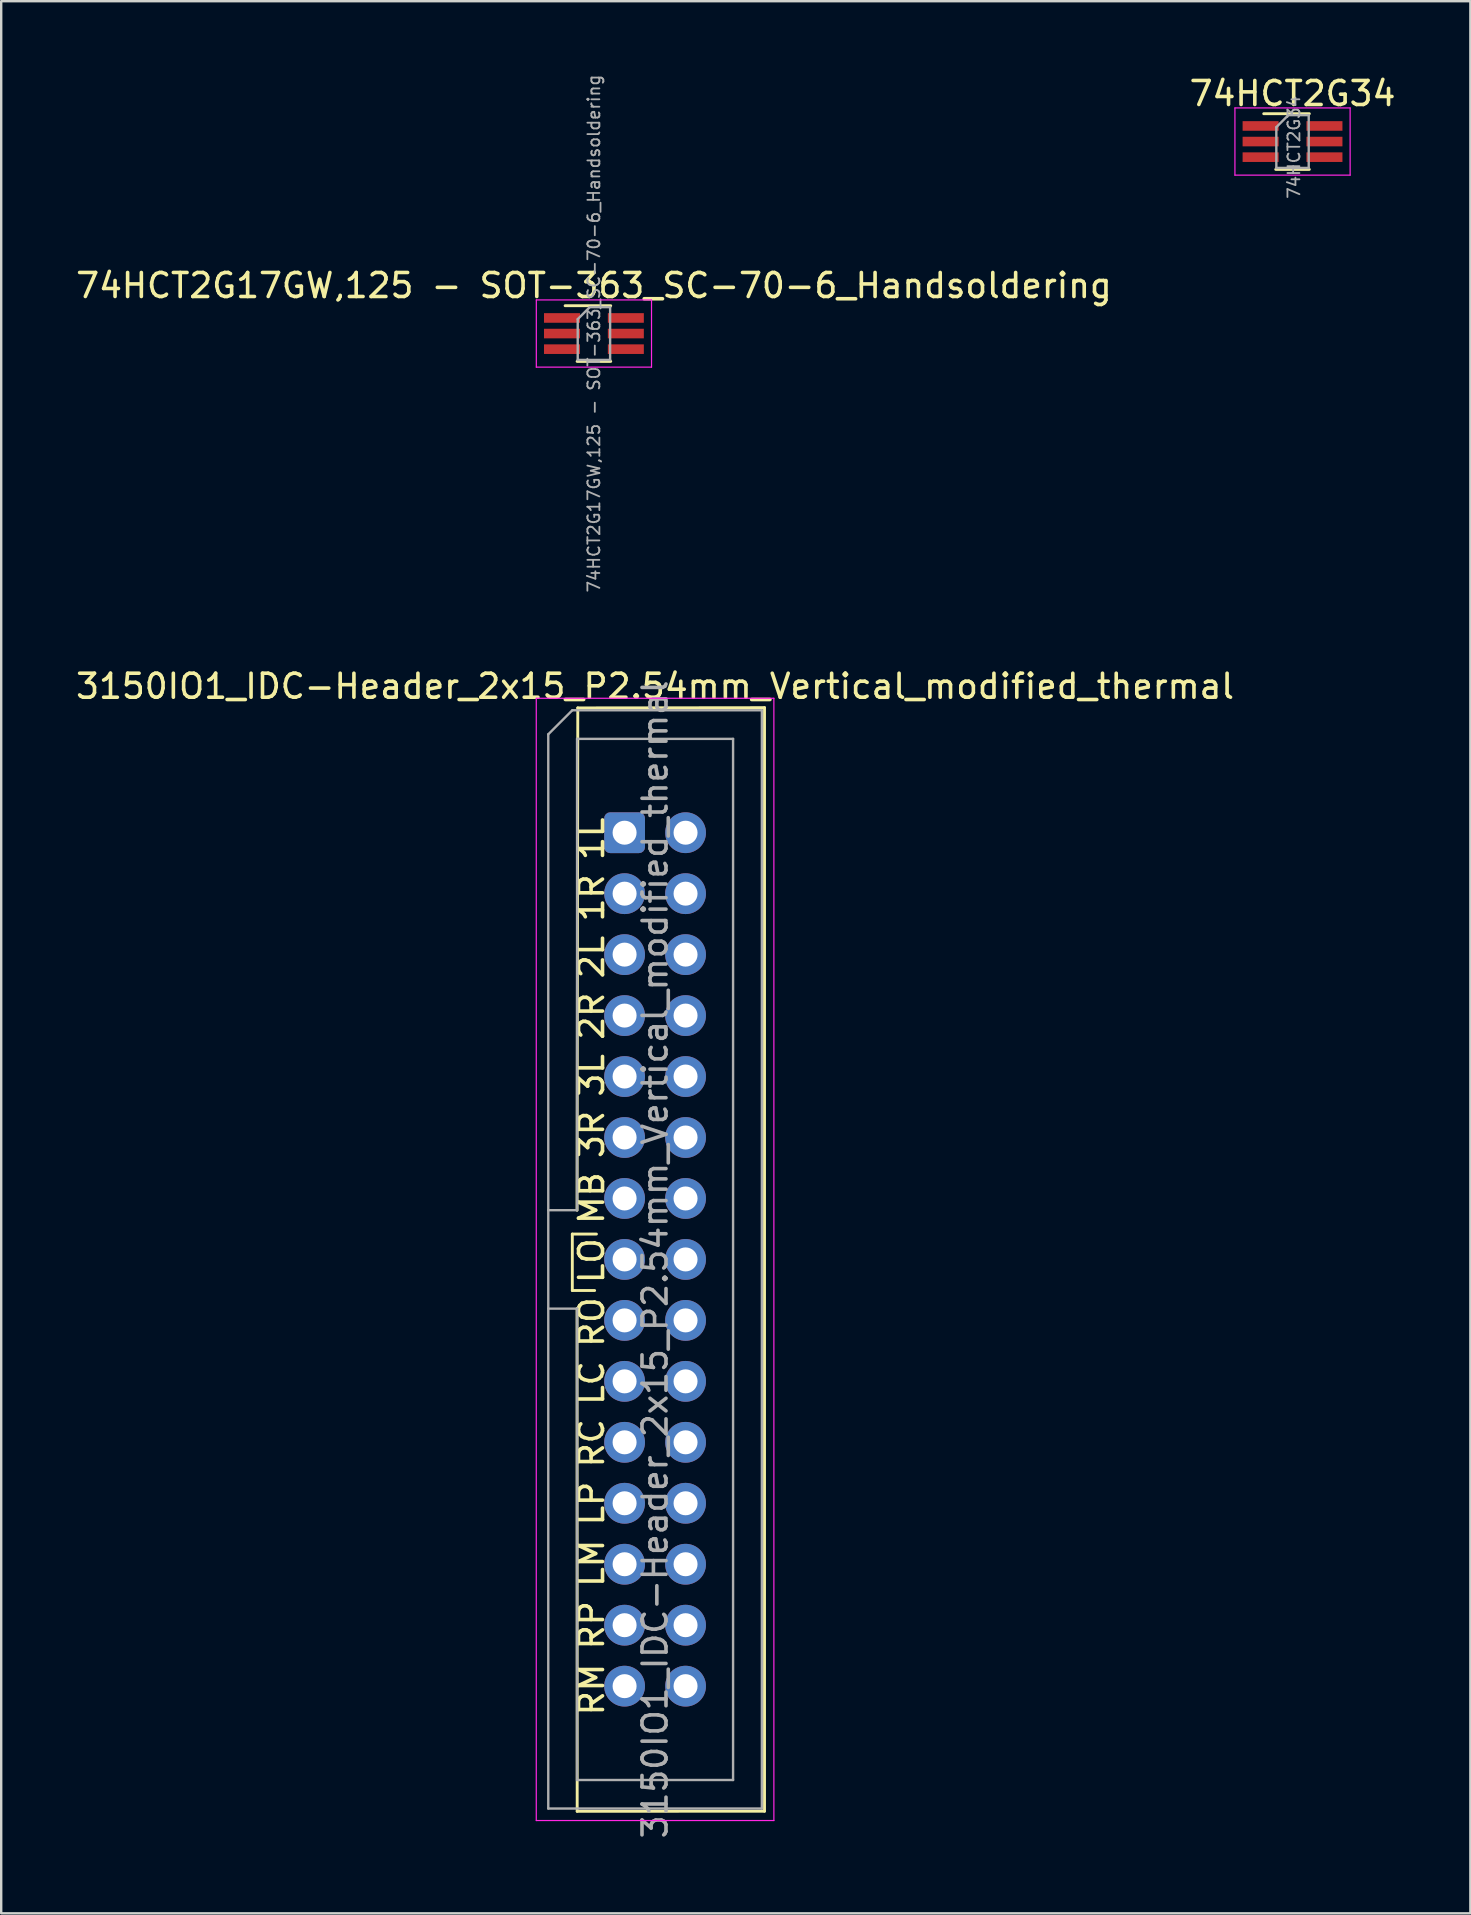
<source format=kicad_pcb>
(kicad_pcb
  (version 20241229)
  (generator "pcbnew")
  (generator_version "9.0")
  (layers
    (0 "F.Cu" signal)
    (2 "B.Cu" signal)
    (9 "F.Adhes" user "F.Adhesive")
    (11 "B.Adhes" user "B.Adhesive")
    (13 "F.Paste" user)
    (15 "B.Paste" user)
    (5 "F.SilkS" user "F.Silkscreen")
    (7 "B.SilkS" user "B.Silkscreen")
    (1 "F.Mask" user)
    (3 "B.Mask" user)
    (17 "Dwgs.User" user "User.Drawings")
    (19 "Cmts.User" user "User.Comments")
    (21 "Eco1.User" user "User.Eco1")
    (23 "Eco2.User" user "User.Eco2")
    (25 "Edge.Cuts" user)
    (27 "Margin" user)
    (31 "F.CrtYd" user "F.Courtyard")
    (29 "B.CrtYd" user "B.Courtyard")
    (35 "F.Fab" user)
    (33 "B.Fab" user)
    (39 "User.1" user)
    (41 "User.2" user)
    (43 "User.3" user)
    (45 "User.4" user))
  (footprint "3150IO1_IDC-Header_2x15_P2.54mm_Vertical_modified_thermal"
    (layer "F.Cu")
    (at 22.974 31.645)
    (property "Reference" "3150IO1_IDC-Header_2x15_P2.54mm_Vertical_modified_thermal" (at 1.27 -6.1 0) (layer "F.SilkS") (effects (font (size 1 1) (thickness 0.15))))
    (attr through_hole)
    (fp_line (start -2.178 16.723) (end -1.173 16.723) (stroke (width 0.12) (type solid)) (layer "F.SilkS"))
    (fp_line (start -2.178 19.075) (end -2.178 16.723) (stroke (width 0.12) (type solid)) (layer "F.SilkS"))
    (fp_line (start -1.98 15.73) (end -1.95 -5.2) (stroke (width 0.12) (type solid)) (layer "F.SilkS"))
    (fp_line (start -1.98 19.83) (end -1.98 19.83) (stroke (width 0.12) (type solid)) (layer "F.SilkS"))
    (fp_line (start -1.975 40.775) (end -1.98 19.83) (stroke (width 0.12) (type solid)) (layer "F.SilkS"))
    (fp_line (start -1.95 -5.2) (end 5.83 -5.21) (stroke (width 0.12) (type solid)) (layer "F.SilkS"))
    (fp_line (start -1.248 19.075) (end -2.178 19.075) (stroke (width 0.12) (type solid)) (layer "F.SilkS"))
    (fp_line (start 5.83 -5.21) (end 5.83 40.77) (stroke (width 0.12) (type solid)) (layer "F.SilkS"))
    (fp_line (start 5.83 40.77) (end -1.975 40.775) (stroke (width 0.12) (type solid)) (layer "F.SilkS"))
    (fp_line (start -3.68 -5.6) (end -3.68 41.16) (stroke (width 0.05) (type solid)) (layer "F.CrtYd"))
    (fp_line (start -3.68 41.16) (end 6.22 41.16) (stroke (width 0.05) (type solid)) (layer "F.CrtYd"))
    (fp_line (start 6.22 -5.6) (end -3.68 -5.6) (stroke (width 0.05) (type solid)) (layer "F.CrtYd"))
    (fp_line (start 6.22 41.16) (end 6.22 -5.6) (stroke (width 0.05) (type solid)) (layer "F.CrtYd"))
    (fp_line (start -3.18 -4.1) (end -2.18 -5.1) (stroke (width 0.1) (type solid)) (layer "F.Fab"))
    (fp_line (start -3.18 15.73) (end -1.98 15.73) (stroke (width 0.1) (type solid)) (layer "F.Fab"))
    (fp_line (start -3.18 40.66) (end -3.18 -4.1) (stroke (width 0.1) (type solid)) (layer "F.Fab"))
    (fp_line (start -2.18 -5.1) (end 5.72 -5.1) (stroke (width 0.1) (type solid)) (layer "F.Fab"))
    (fp_line (start -1.98 -3.91) (end 4.52 -3.91) (stroke (width 0.1) (type solid)) (layer "F.Fab"))
    (fp_line (start -1.98 15.73) (end -1.98 -3.91) (stroke (width 0.1) (type solid)) (layer "F.Fab"))
    (fp_line (start -1.98 19.83) (end -3.18 19.83) (stroke (width 0.1) (type solid)) (layer "F.Fab"))
    (fp_line (start -1.98 19.83) (end -1.98 19.83) (stroke (width 0.1) (type solid)) (layer "F.Fab"))
    (fp_line (start -1.98 39.47) (end -1.98 19.83) (stroke (width 0.1) (type solid)) (layer "F.Fab"))
    (fp_line (start 4.52 -3.91) (end 4.52 39.47) (stroke (width 0.1) (type solid)) (layer "F.Fab"))
    (fp_line (start 4.52 39.47) (end -1.98 39.47) (stroke (width 0.1) (type solid)) (layer "F.Fab"))
    (fp_line (start 5.72 -5.1) (end 5.72 40.66) (stroke (width 0.1) (type solid)) (layer "F.Fab"))
    (fp_line (start 5.72 40.66) (end -3.18 40.66) (stroke (width 0.1) (type solid)) (layer "F.Fab"))
    (fp_text user "MB" (at -1.375 15.227 90) (unlocked yes) (layer "F.SilkS") (effects (font (size 1 1) (thickness 0.15))))
    (fp_text user "2L" (at -1.375 5.181 90) (unlocked yes) (layer "F.SilkS") (effects (font (size 1 1) (thickness 0.15))))
    (fp_text user "RM" (at -1.375 35.7 90) (unlocked yes) (layer "F.SilkS") (effects (font (size 1 1) (thickness 0.15))))
    (fp_text user "LO" (at -1.375 17.834 90) (unlocked yes) (layer "F.SilkS") (effects (font (size 1 1) (thickness 0.15))))
    (fp_text user "3L" (at -1.375 10.109 90) (unlocked yes) (layer "F.SilkS") (effects (font (size 1 1) (thickness 0.15))))
    (fp_text user "2R" (at -1.375 7.645 90) (unlocked yes) (layer "F.SilkS") (effects (font (size 1 1) (thickness 0.15))))
    (fp_text user "1R" (at -1.375 2.718 90) (unlocked yes) (layer "F.SilkS") (effects (font (size 1 1) (thickness 0.15))))
    (fp_text user "LC" (at -1.375 22.928 90) (unlocked yes) (layer "F.SilkS") (effects (font (size 1 1) (thickness 0.15))))
    (fp_text user "RO" (at -1.375 20.393 90) (unlocked yes) (layer "F.SilkS") (effects (font (size 1 1) (thickness 0.15))))
    (fp_text user "RP" (at -1.375 33.022 90) (unlocked yes) (layer "F.SilkS") (effects (font (size 1 1) (thickness 0.15))))
    (fp_text user "LP" (at -1.375 27.951 90) (unlocked yes) (layer "F.SilkS") (effects (font (size 1 1) (thickness 0.15))))
    (fp_text user "3R" (at -1.375 12.573 90) (unlocked yes) (layer "F.SilkS") (effects (font (size 1 1) (thickness 0.15))))
    (fp_text user "1L" (at -1.375 0.254 90) (unlocked yes) (layer "F.SilkS") (effects (font (size 1 1) (thickness 0.15))))
    (fp_text user "LM" (at -1.375 30.439 90) (unlocked yes) (layer "F.SilkS") (effects (font (size 1 1) (thickness 0.15))))
    (fp_text user "RC" (at -1.375 25.44 90) (unlocked yes) (layer "F.SilkS") (effects (font (size 1 1) (thickness 0.15))))
    (fp_text user "${REFERENCE}" (at 1.27 17.78 90) (layer "F.Fab") (effects (font (size 1 1) (thickness 0.15))))
    (pad "1" thru_hole roundrect (at 0 0) (size 1.7 1.7) (drill 1) (layers "*.Cu" "*.Mask") (roundrect_rratio 0.147))
    (pad "2" thru_hole circle (at 2.54 0 45) (size 1.7 1.7) (drill 1) (layers "*.Cu" "*.Mask"))
    (pad "3" thru_hole circle (at 0 2.54) (size 1.7 1.7) (drill 1) (layers "*.Cu" "*.Mask"))
    (pad "4" thru_hole circle (at 2.54 2.54 45) (size 1.7 1.7) (drill 1) (layers "*.Cu" "*.Mask"))
    (pad "5" thru_hole circle (at 0 5.08) (size 1.7 1.7) (drill 1) (layers "*.Cu" "*.Mask"))
    (pad "6" thru_hole circle (at 2.54 5.08 45) (size 1.7 1.7) (drill 1) (layers "*.Cu" "*.Mask"))
    (pad "7" thru_hole circle (at 0 7.62) (size 1.7 1.7) (drill 1) (layers "*.Cu" "*.Mask"))
    (pad "8" thru_hole circle (at 2.54 7.62 45) (size 1.7 1.7) (drill 1) (layers "*.Cu" "*.Mask"))
    (pad "9" thru_hole circle (at 0 10.16) (size 1.7 1.7) (drill 1) (layers "*.Cu" "*.Mask"))
    (pad "10" thru_hole circle (at 2.54 10.16 45) (size 1.7 1.7) (drill 1) (layers "*.Cu" "*.Mask"))
    (pad "11" thru_hole circle (at 0 12.7) (size 1.7 1.7) (drill 1) (layers "*.Cu" "*.Mask"))
    (pad "12" thru_hole circle (at 2.54 12.7 45) (size 1.7 1.7) (drill 1) (layers "*.Cu" "*.Mask"))
    (pad "13" thru_hole circle (at 0 15.24) (size 1.7 1.7) (drill 1) (layers "*.Cu" "*.Mask"))
    (pad "14" thru_hole circle (at 2.54 15.24 45) (size 1.7 1.7) (drill 1) (layers "*.Cu" "*.Mask"))
    (pad "15" thru_hole circle (at 0 17.78) (size 1.7 1.7) (drill 1) (layers "*.Cu" "*.Mask"))
    (pad "16" thru_hole circle (at 2.54 17.78 45) (size 1.7 1.7) (drill 1) (layers "*.Cu" "*.Mask"))
    (pad "17" thru_hole circle (at 0 20.32) (size 1.7 1.7) (drill 1) (layers "*.Cu" "*.Mask"))
    (pad "18" thru_hole circle (at 2.54 20.32 45) (size 1.7 1.7) (drill 1) (layers "*.Cu" "*.Mask"))
    (pad "19" thru_hole circle (at 0 22.86) (size 1.7 1.7) (drill 1) (layers "*.Cu" "*.Mask"))
    (pad "20" thru_hole circle (at 2.54 22.86 45) (size 1.7 1.7) (drill 1) (layers "*.Cu" "*.Mask"))
    (pad "21" thru_hole circle (at 0 25.4) (size 1.7 1.7) (drill 1) (layers "*.Cu" "*.Mask"))
    (pad "22" thru_hole circle (at 2.54 25.4 45) (size 1.7 1.7) (drill 1) (layers "*.Cu" "*.Mask"))
    (pad "23" thru_hole circle (at 0 27.94) (size 1.7 1.7) (drill 1) (layers "*.Cu" "*.Mask"))
    (pad "24" thru_hole circle (at 2.54 27.94 45) (size 1.7 1.7) (drill 1) (layers "*.Cu" "*.Mask"))
    (pad "25" thru_hole circle (at 0 30.48) (size 1.7 1.7) (drill 1) (layers "*.Cu" "*.Mask"))
    (pad "26" thru_hole circle (at 2.54 30.48 45) (size 1.7 1.7) (drill 1) (layers "*.Cu" "*.Mask"))
    (pad "27" thru_hole circle (at 0 33.02) (size 1.7 1.7) (drill 1) (layers "*.Cu" "*.Mask"))
    (pad "28" thru_hole circle (at 2.54 33.02 45) (size 1.7 1.7) (drill 1) (layers "*.Cu" "*.Mask"))
    (pad "29" thru_hole circle (at 0 35.56) (size 1.7 1.7) (drill 1) (layers "*.Cu" "*.Mask"))
    (pad "30" thru_hole circle (at 2.54 35.56 45) (size 1.7 1.7) (drill 1) (layers "*.Cu" "*.Mask")))
  (footprint "74HCT2G17GW,125 - SOT-363_SC-70-6_Handsoldering"
    (layer "F.Cu")
    (at 21.696 10.848)
    (property "Reference" "74HCT2G17GW,125 - SOT-363_SC-70-6_Handsoldering" (at 0 -2 0) (layer "F.SilkS") (effects (font (size 1 1) (thickness 0.15))))
    (attr smd)
    (fp_line (start -0.7 1.16) (end 0.7 1.16) (stroke (width 0.12) (type solid)) (layer "F.SilkS"))
    (fp_line (start 0.7 -1.16) (end -1.2 -1.16) (stroke (width 0.12) (type solid)) (layer "F.SilkS"))
    (fp_line (start -2.4 -1.4) (end -2.4 1.4) (stroke (width 0.05) (type solid)) (layer "F.CrtYd"))
    (fp_line (start -2.4 -1.4) (end 2.4 -1.4) (stroke (width 0.05) (type solid)) (layer "F.CrtYd"))
    (fp_line (start -2.4 1.4) (end 2.4 1.4) (stroke (width 0.05) (type solid)) (layer "F.CrtYd"))
    (fp_line (start 2.4 1.4) (end 2.4 -1.4) (stroke (width 0.05) (type solid)) (layer "F.CrtYd"))
    (fp_line (start -0.675 -0.6) (end -0.675 1.1) (stroke (width 0.1) (type solid)) (layer "F.Fab"))
    (fp_line (start -0.175 -1.1) (end -0.675 -0.6) (stroke (width 0.1) (type solid)) (layer "F.Fab"))
    (fp_line (start 0.675 -1.1) (end -0.175 -1.1) (stroke (width 0.1) (type solid)) (layer "F.Fab"))
    (fp_line (start 0.675 -1.1) (end 0.675 1.1) (stroke (width 0.1) (type solid)) (layer "F.Fab"))
    (fp_line (start 0.675 1.1) (end -0.675 1.1) (stroke (width 0.1) (type solid)) (layer "F.Fab"))
    (fp_text user "${REFERENCE}" (at 0 0 90) (layer "F.Fab") (effects (font (size 0.5 0.5) (thickness 0.075))))
    (pad "1" smd rect (at -1.33 -0.65) (size 1.5 0.4) (layers "F.Cu" "F.Mask" "F.Paste"))
    (pad "2" smd rect (at -1.33 0) (size 1.5 0.4) (layers "F.Cu" "F.Mask" "F.Paste"))
    (pad "3" smd rect (at -1.33 0.65) (size 1.5 0.4) (layers "F.Cu" "F.Mask" "F.Paste"))
    (pad "4" smd rect (at 1.33 0.65) (size 1.5 0.4) (layers "F.Cu" "F.Mask" "F.Paste"))
    (pad "5" smd rect (at 1.33 0) (size 1.5 0.4) (layers "F.Cu" "F.Mask" "F.Paste"))
    (pad "6" smd rect (at 1.33 -0.65) (size 1.5 0.4) (layers "F.Cu" "F.Mask" "F.Paste")))
  (footprint "74HCT2G34"
    (layer "F.Cu")
    (at 50.804 2.848)
    (property "Reference" "74HCT2G34" (at 0 -2 0) (layer "F.SilkS") (effects (font (size 1 1) (thickness 0.15))))
    (attr smd)
    (fp_line (start -0.7 1.16) (end 0.7 1.16) (stroke (width 0.12) (type solid)) (layer "F.SilkS"))
    (fp_line (start 0.7 -1.16) (end -1.2 -1.16) (stroke (width 0.12) (type solid)) (layer "F.SilkS"))
    (fp_line (start -2.4 -1.4) (end -2.4 1.4) (stroke (width 0.05) (type solid)) (layer "F.CrtYd"))
    (fp_line (start -2.4 -1.4) (end 2.4 -1.4) (stroke (width 0.05) (type solid)) (layer "F.CrtYd"))
    (fp_line (start -2.4 1.4) (end 2.4 1.4) (stroke (width 0.05) (type solid)) (layer "F.CrtYd"))
    (fp_line (start 2.4 1.4) (end 2.4 -1.4) (stroke (width 0.05) (type solid)) (layer "F.CrtYd"))
    (fp_line (start -0.675 -0.6) (end -0.675 1.1) (stroke (width 0.1) (type solid)) (layer "F.Fab"))
    (fp_line (start -0.175 -1.1) (end -0.675 -0.6) (stroke (width 0.1) (type solid)) (layer "F.Fab"))
    (fp_line (start 0.675 -1.1) (end -0.175 -1.1) (stroke (width 0.1) (type solid)) (layer "F.Fab"))
    (fp_line (start 0.675 -1.1) (end 0.675 1.1) (stroke (width 0.1) (type solid)) (layer "F.Fab"))
    (fp_line (start 0.675 1.1) (end -0.675 1.1) (stroke (width 0.1) (type solid)) (layer "F.Fab"))
    (fp_text user "${REFERENCE}" (at 0.06 0.24 90) (layer "F.Fab") (effects (font (size 0.5 0.5) (thickness 0.075))))
    (pad "1" smd rect (at -1.33 -0.65) (size 1.5 0.4) (layers "F.Cu" "F.Mask" "F.Paste"))
    (pad "2" smd rect (at -1.33 0) (size 1.5 0.4) (layers "F.Cu" "F.Mask" "F.Paste"))
    (pad "3" smd rect (at -1.33 0.65) (size 1.5 0.4) (layers "F.Cu" "F.Mask" "F.Paste"))
    (pad "4" smd rect (at 1.33 0.65) (size 1.5 0.4) (layers "F.Cu" "F.Mask" "F.Paste"))
    (pad "5" smd rect (at 1.33 0) (size 1.5 0.4) (layers "F.Cu" "F.Mask" "F.Paste"))
    (pad "6" smd rect (at 1.33 -0.65) (size 1.5 0.4) (layers "F.Cu" "F.Mask" "F.Paste")))
  (gr_rect
    (start -3 -3)
    (end 58.214 76.669)
    (stroke (width 0.1) (type default))
    (fill no)
    (layer "Edge.Cuts")))
</source>
